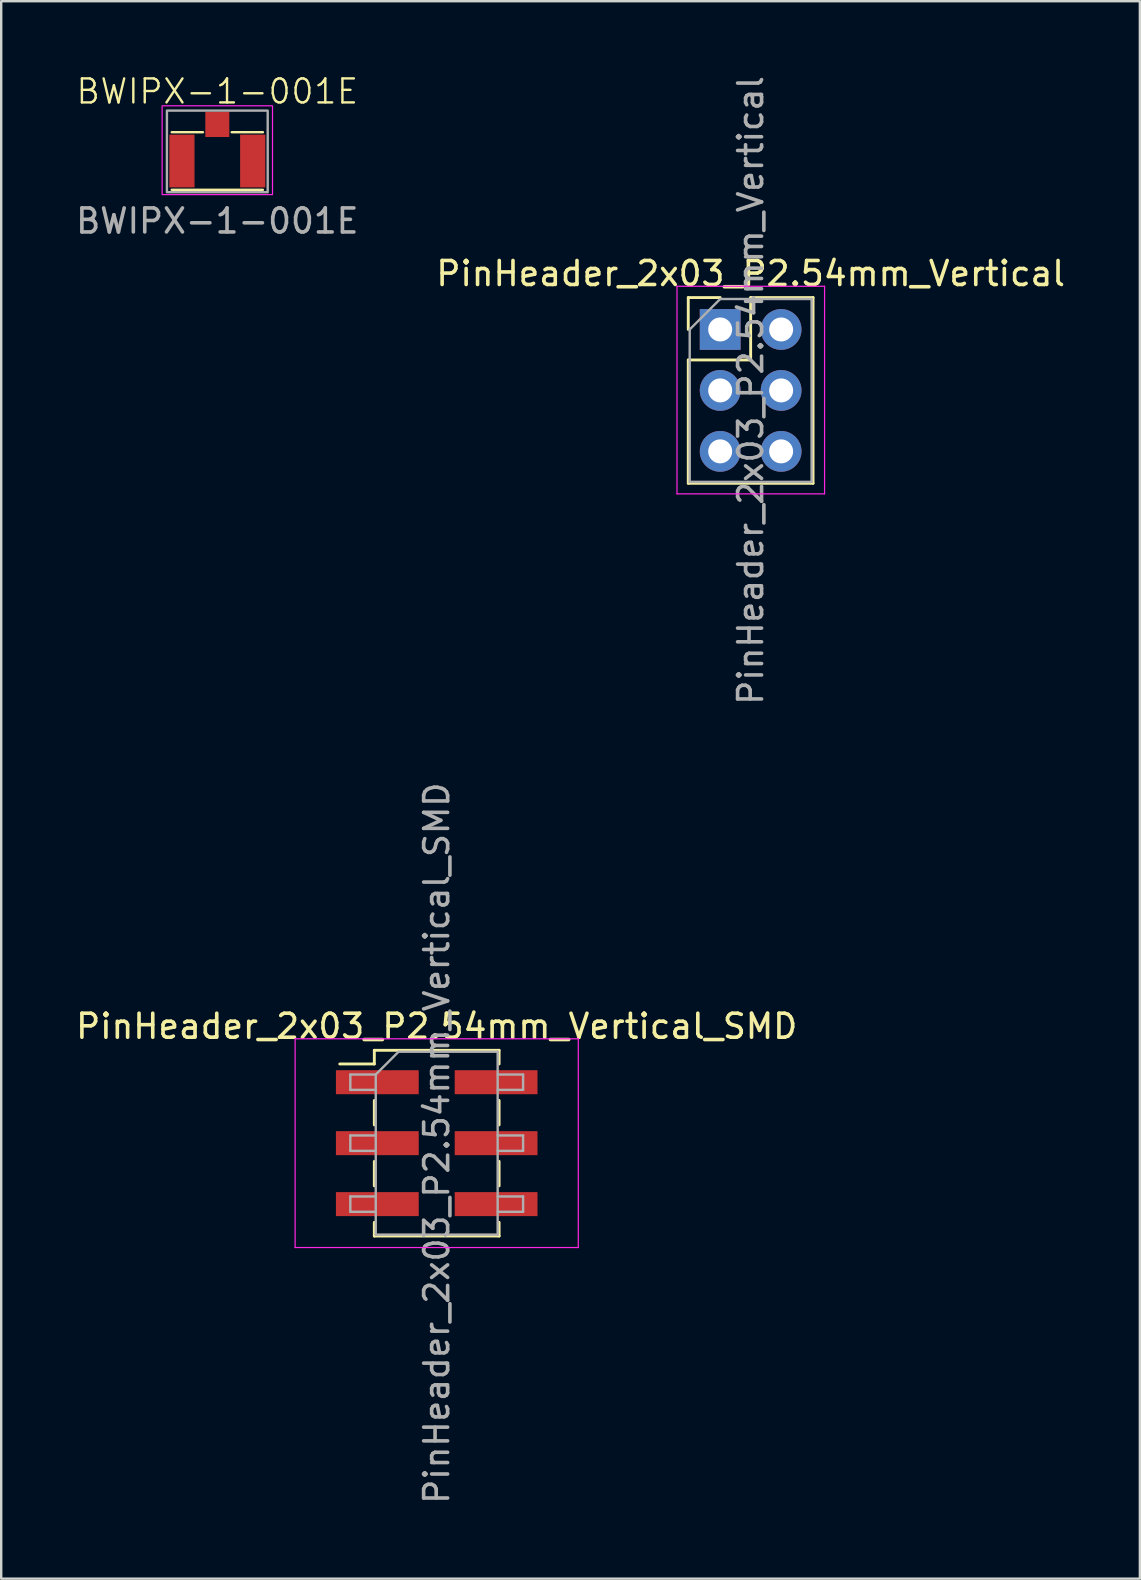
<source format=kicad_pcb>
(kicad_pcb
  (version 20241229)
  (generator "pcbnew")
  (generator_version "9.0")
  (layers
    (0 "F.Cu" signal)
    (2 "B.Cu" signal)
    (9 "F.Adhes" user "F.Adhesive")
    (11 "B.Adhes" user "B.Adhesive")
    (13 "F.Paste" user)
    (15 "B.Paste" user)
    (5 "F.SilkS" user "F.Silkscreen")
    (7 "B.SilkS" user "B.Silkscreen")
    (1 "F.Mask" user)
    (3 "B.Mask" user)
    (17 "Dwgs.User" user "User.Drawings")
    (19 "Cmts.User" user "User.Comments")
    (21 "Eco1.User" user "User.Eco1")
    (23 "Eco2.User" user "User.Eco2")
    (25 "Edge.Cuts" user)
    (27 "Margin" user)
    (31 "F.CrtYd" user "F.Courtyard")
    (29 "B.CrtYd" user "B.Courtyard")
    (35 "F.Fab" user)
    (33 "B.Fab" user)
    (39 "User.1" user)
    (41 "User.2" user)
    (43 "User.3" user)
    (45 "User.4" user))
  (footprint "BWIPX-1-001E"
    (layer "F.Cu")
    (at 6.006 3.66)
    (property "Reference" "BWIPX-1-001E" (at 0 -2.9 0) (unlocked yes) (layer "F.SilkS") (effects (font (size 1 1) (thickness 0.1))))
    (attr smd)
    (fp_line (start -1.9 1.2) (end 1.9 1.2) (stroke (width 0.1) (type default)) (layer "F.SilkS"))
    (fp_line (start -0.6 -1.2) (end -1.9 -1.2) (stroke (width 0.1) (type default)) (layer "F.SilkS"))
    (fp_line (start 0.6 -1.2) (end 1.9 -1.2) (stroke (width 0.1) (type default)) (layer "F.SilkS"))
    (fp_rect (start -2.3 -2.3) (end 2.3 1.4) (stroke (width 0.05) (type default)) (fill no) (layer "F.CrtYd"))
    (fp_rect (start -2.1 -2.1) (end 2.1 1.3) (stroke (width 0.1) (type default)) (fill no) (layer "F.Fab"))
    (fp_text user "${REFERENCE}" (at 0 2.5 0) (unlocked yes) (layer "F.Fab") (effects (font (size 1 1) (thickness 0.15))))
    (pad "1" smd rect (at 0 -1.525) (size 1 1.05) (layers "F.Cu" "F.Mask" "F.Paste"))
    (pad "2" smd rect (at -1.475 0) (size 1.05 2.2) (layers "F.Cu" "F.Mask" "F.Paste"))
    (pad "2" smd rect (at 1.475 0) (size 1.05 2.2) (layers "F.Cu" "F.Mask" "F.Paste")))
  (footprint "PinHeader_2x03_P2.54mm_Vertical_SMD"
    (layer "F.Cu")
    (at 15.149 44.589)
    (property "Reference" "PinHeader_2x03_P2.54mm_Vertical_SMD" (at 0 -4.87 0) (layer "F.SilkS") (effects (font (size 1 1) (thickness 0.15))))
    (attr smd)
    (fp_line (start -4.04 -3.3) (end -2.6 -3.3) (stroke (width 0.12) (type solid)) (layer "F.SilkS"))
    (fp_line (start -2.6 -3.87) (end -2.6 -3.3) (stroke (width 0.12) (type solid)) (layer "F.SilkS"))
    (fp_line (start -2.6 -3.87) (end 2.6 -3.87) (stroke (width 0.12) (type solid)) (layer "F.SilkS"))
    (fp_line (start -2.6 -1.78) (end -2.6 -0.76) (stroke (width 0.12) (type solid)) (layer "F.SilkS"))
    (fp_line (start -2.6 0.76) (end -2.6 1.78) (stroke (width 0.12) (type solid)) (layer "F.SilkS"))
    (fp_line (start -2.6 3.3) (end -2.6 3.87) (stroke (width 0.12) (type solid)) (layer "F.SilkS"))
    (fp_line (start -2.6 3.87) (end 2.6 3.87) (stroke (width 0.12) (type solid)) (layer "F.SilkS"))
    (fp_line (start 2.6 -3.87) (end 2.6 -3.3) (stroke (width 0.12) (type solid)) (layer "F.SilkS"))
    (fp_line (start 2.6 -1.78) (end 2.6 -0.76) (stroke (width 0.12) (type solid)) (layer "F.SilkS"))
    (fp_line (start 2.6 0.76) (end 2.6 1.78) (stroke (width 0.12) (type solid)) (layer "F.SilkS"))
    (fp_line (start 2.6 3.3) (end 2.6 3.87) (stroke (width 0.12) (type solid)) (layer "F.SilkS"))
    (fp_line (start -5.9 -4.35) (end -5.9 4.35) (stroke (width 0.05) (type solid)) (layer "F.CrtYd"))
    (fp_line (start -5.9 4.35) (end 5.9 4.35) (stroke (width 0.05) (type solid)) (layer "F.CrtYd"))
    (fp_line (start 5.9 -4.35) (end -5.9 -4.35) (stroke (width 0.05) (type solid)) (layer "F.CrtYd"))
    (fp_line (start 5.9 4.35) (end 5.9 -4.35) (stroke (width 0.05) (type solid)) (layer "F.CrtYd"))
    (fp_line (start -3.6 -2.86) (end -3.6 -2.22) (stroke (width 0.1) (type solid)) (layer "F.Fab"))
    (fp_line (start -3.6 -2.22) (end -2.54 -2.22) (stroke (width 0.1) (type solid)) (layer "F.Fab"))
    (fp_line (start -3.6 -0.32) (end -3.6 0.32) (stroke (width 0.1) (type solid)) (layer "F.Fab"))
    (fp_line (start -3.6 0.32) (end -2.54 0.32) (stroke (width 0.1) (type solid)) (layer "F.Fab"))
    (fp_line (start -3.6 2.22) (end -3.6 2.86) (stroke (width 0.1) (type solid)) (layer "F.Fab"))
    (fp_line (start -3.6 2.86) (end -2.54 2.86) (stroke (width 0.1) (type solid)) (layer "F.Fab"))
    (fp_line (start -2.54 -2.86) (end -3.6 -2.86) (stroke (width 0.1) (type solid)) (layer "F.Fab"))
    (fp_line (start -2.54 -2.86) (end -1.59 -3.81) (stroke (width 0.1) (type solid)) (layer "F.Fab"))
    (fp_line (start -2.54 -0.32) (end -3.6 -0.32) (stroke (width 0.1) (type solid)) (layer "F.Fab"))
    (fp_line (start -2.54 2.22) (end -3.6 2.22) (stroke (width 0.1) (type solid)) (layer "F.Fab"))
    (fp_line (start -2.54 3.81) (end -2.54 -2.86) (stroke (width 0.1) (type solid)) (layer "F.Fab"))
    (fp_line (start -1.59 -3.81) (end 2.54 -3.81) (stroke (width 0.1) (type solid)) (layer "F.Fab"))
    (fp_line (start 2.54 -3.81) (end 2.54 3.81) (stroke (width 0.1) (type solid)) (layer "F.Fab"))
    (fp_line (start 2.54 -2.86) (end 3.6 -2.86) (stroke (width 0.1) (type solid)) (layer "F.Fab"))
    (fp_line (start 2.54 -0.32) (end 3.6 -0.32) (stroke (width 0.1) (type solid)) (layer "F.Fab"))
    (fp_line (start 2.54 2.22) (end 3.6 2.22) (stroke (width 0.1) (type solid)) (layer "F.Fab"))
    (fp_line (start 2.54 3.81) (end -2.54 3.81) (stroke (width 0.1) (type solid)) (layer "F.Fab"))
    (fp_line (start 3.6 -2.86) (end 3.6 -2.22) (stroke (width 0.1) (type solid)) (layer "F.Fab"))
    (fp_line (start 3.6 -2.22) (end 2.54 -2.22) (stroke (width 0.1) (type solid)) (layer "F.Fab"))
    (fp_line (start 3.6 -0.32) (end 3.6 0.32) (stroke (width 0.1) (type solid)) (layer "F.Fab"))
    (fp_line (start 3.6 0.32) (end 2.54 0.32) (stroke (width 0.1) (type solid)) (layer "F.Fab"))
    (fp_line (start 3.6 2.22) (end 3.6 2.86) (stroke (width 0.1) (type solid)) (layer "F.Fab"))
    (fp_line (start 3.6 2.86) (end 2.54 2.86) (stroke (width 0.1) (type solid)) (layer "F.Fab"))
    (fp_text user "${REFERENCE}" (at 0 0 90) (layer "F.Fab") (effects (font (size 1 1) (thickness 0.15))))
    (pad "1" smd rect (at -2.475 -2.54) (size 3.45 1) (layers "F.Cu" "F.Mask" "F.Paste"))
    (pad "2" smd rect (at -2.475 0) (size 3.45 1) (layers "F.Cu" "F.Mask" "F.Paste"))
    (pad "3" smd rect (at -2.475 2.54) (size 3.45 1) (layers "F.Cu" "F.Mask" "F.Paste"))
    (pad "4" smd rect (at 2.475 -2.54) (size 3.45 1) (layers "F.Cu" "F.Mask" "F.Paste"))
    (pad "5" smd rect (at 2.475 0) (size 3.45 1) (layers "F.Cu" "F.Mask" "F.Paste"))
    (pad "6" smd rect (at 2.475 2.54) (size 3.45 1) (layers "F.Cu" "F.Mask" "F.Paste")))
  (footprint "PinHeader_2x03_P2.54mm_Vertical"
    (layer "F.Cu")
    (at 26.962 10.68)
    (property "Reference" "PinHeader_2x03_P2.54mm_Vertical" (at 1.27 -2.33 0) (layer "F.SilkS") (effects (font (size 1 1) (thickness 0.15))))
    (attr through_hole)
    (fp_line (start -1.33 -1.33) (end 0 -1.33) (stroke (width 0.12) (type solid)) (layer "F.SilkS"))
    (fp_line (start -1.33 0) (end -1.33 -1.33) (stroke (width 0.12) (type solid)) (layer "F.SilkS"))
    (fp_line (start -1.33 1.27) (end -1.33 6.41) (stroke (width 0.12) (type solid)) (layer "F.SilkS"))
    (fp_line (start -1.33 1.27) (end 1.27 1.27) (stroke (width 0.12) (type solid)) (layer "F.SilkS"))
    (fp_line (start -1.33 6.41) (end 3.87 6.41) (stroke (width 0.12) (type solid)) (layer "F.SilkS"))
    (fp_line (start 1.27 -1.33) (end 3.87 -1.33) (stroke (width 0.12) (type solid)) (layer "F.SilkS"))
    (fp_line (start 1.27 1.27) (end 1.27 -1.33) (stroke (width 0.12) (type solid)) (layer "F.SilkS"))
    (fp_line (start 3.87 -1.33) (end 3.87 6.41) (stroke (width 0.12) (type solid)) (layer "F.SilkS"))
    (fp_line (start -1.8 -1.8) (end -1.8 6.85) (stroke (width 0.05) (type solid)) (layer "F.CrtYd"))
    (fp_line (start -1.8 6.85) (end 4.35 6.85) (stroke (width 0.05) (type solid)) (layer "F.CrtYd"))
    (fp_line (start 4.35 -1.8) (end -1.8 -1.8) (stroke (width 0.05) (type solid)) (layer "F.CrtYd"))
    (fp_line (start 4.35 6.85) (end 4.35 -1.8) (stroke (width 0.05) (type solid)) (layer "F.CrtYd"))
    (fp_line (start -1.27 0) (end 0 -1.27) (stroke (width 0.1) (type solid)) (layer "F.Fab"))
    (fp_line (start -1.27 6.35) (end -1.27 0) (stroke (width 0.1) (type solid)) (layer "F.Fab"))
    (fp_line (start 0 -1.27) (end 3.81 -1.27) (stroke (width 0.1) (type solid)) (layer "F.Fab"))
    (fp_line (start 3.81 -1.27) (end 3.81 6.35) (stroke (width 0.1) (type solid)) (layer "F.Fab"))
    (fp_line (start 3.81 6.35) (end -1.27 6.35) (stroke (width 0.1) (type solid)) (layer "F.Fab"))
    (fp_text user "${REFERENCE}" (at 1.27 2.54 90) (layer "F.Fab") (effects (font (size 1 1) (thickness 0.15))))
    (pad "1" thru_hole rect (at 0 0) (size 1.7 1.7) (drill 1) (layers "*.Cu" "*.Mask"))
    (pad "2" thru_hole oval (at 0 2.54) (size 1.7 1.7) (drill 1) (layers "*.Cu" "*.Mask"))
    (pad "3" thru_hole oval (at 0 5.08) (size 1.7 1.7) (drill 1) (layers "*.Cu" "*.Mask"))
    (pad "4" thru_hole oval (at 2.54 0) (size 1.7 1.7) (drill 1) (layers "*.Cu" "*.Mask"))
    (pad "5" thru_hole oval (at 2.54 2.54) (size 1.7 1.7) (drill 1) (layers "*.Cu" "*.Mask"))
    (pad "6" thru_hole oval (at 2.54 5.08) (size 1.7 1.7) (drill 1) (layers "*.Cu" "*.Mask")))
  (gr_rect
    (start -3 -3)
    (end 44.452 62.738)
    (stroke (width 0.1) (type default))
    (fill no)
    (layer "Edge.Cuts")))
</source>
